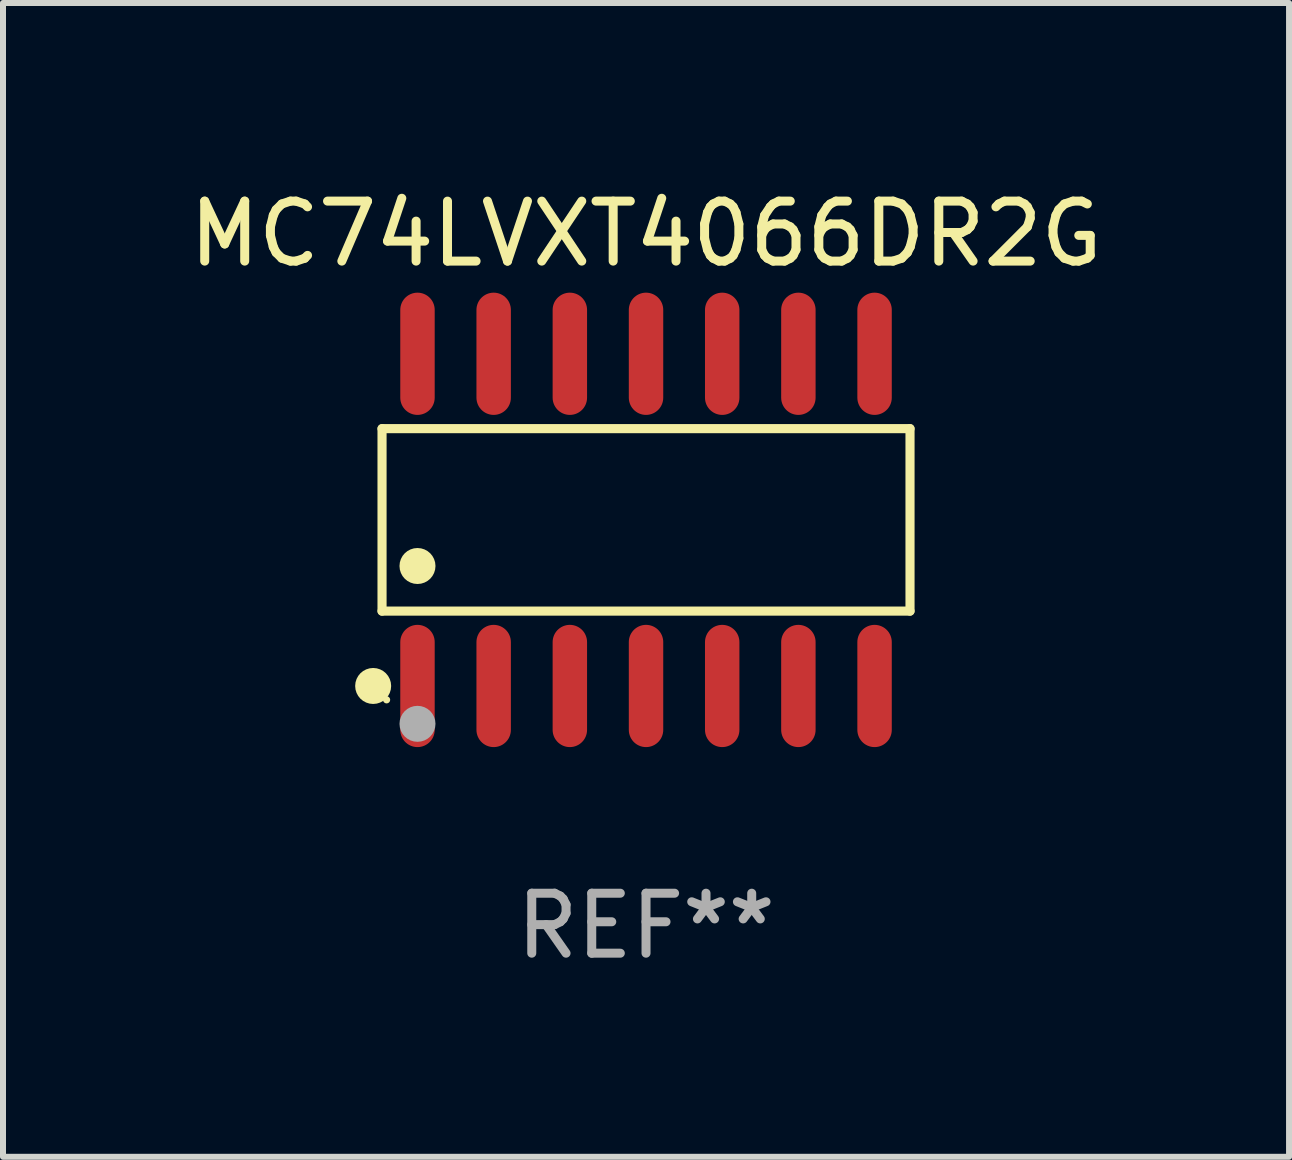
<source format=kicad_pcb>
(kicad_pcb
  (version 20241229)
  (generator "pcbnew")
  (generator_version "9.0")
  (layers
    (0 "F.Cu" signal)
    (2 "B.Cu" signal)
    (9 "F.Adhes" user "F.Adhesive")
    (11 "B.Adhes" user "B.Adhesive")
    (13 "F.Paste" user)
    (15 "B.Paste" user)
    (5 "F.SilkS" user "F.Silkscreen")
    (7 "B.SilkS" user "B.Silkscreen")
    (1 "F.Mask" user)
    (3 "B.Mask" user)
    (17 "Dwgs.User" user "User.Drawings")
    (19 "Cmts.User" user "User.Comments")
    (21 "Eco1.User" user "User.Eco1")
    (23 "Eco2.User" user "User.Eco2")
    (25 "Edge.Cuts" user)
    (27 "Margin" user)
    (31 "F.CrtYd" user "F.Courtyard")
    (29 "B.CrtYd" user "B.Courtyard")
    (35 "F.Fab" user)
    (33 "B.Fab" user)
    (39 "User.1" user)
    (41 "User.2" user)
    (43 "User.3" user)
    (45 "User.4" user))
  (footprint "MC74LVXT4066DR2G"
    (layer "F.Cu")
    (at 7.72 5.617)
    (property "Reference" "MC74LVXT4066DR2G" (at 0 -4.769 0) (layer "F.SilkS") (effects (font (size 1 1) (thickness 0.15))))
    (attr through_hole)
    (fp_line (start -4.401 -1.521) (end 4.401 -1.521) (stroke (width 0.152) (type solid)) (layer "F.SilkS"))
    (fp_line (start -4.401 1.521) (end -4.401 -1.521) (stroke (width 0.152) (type solid)) (layer "F.SilkS"))
    (fp_line (start 4.401 -1.521) (end 4.401 1.521) (stroke (width 0.152) (type solid)) (layer "F.SilkS"))
    (fp_line (start 4.401 1.521) (end -4.401 1.521) (stroke (width 0.152) (type solid)) (layer "F.SilkS"))
    (fp_circle (center -4.549 2.769) (end -4.399 2.769) (stroke (width 0.3) (type solid)) (fill no) (layer "F.SilkS"))
    (fp_circle (center -4.325 3) (end -4.295 3) (stroke (width 0.06) (type solid)) (fill no) (layer "F.SilkS"))
    (fp_circle (center -3.81 0.769) (end -3.66 0.769) (stroke (width 0.3) (type solid)) (fill no) (layer "F.SilkS"))
    (fp_circle (center -3.81 3.4) (end -3.66 3.4) (stroke (width 0.3) (type solid)) (fill no) (layer "F.Fab"))
    (fp_text user "REF**" (at 0 6.769 0) (layer "F.Fab") (effects (font (size 1 1) (thickness 0.15))))
    (pad "1" smd oval (at -3.81 2.769) (size 0.574 2.038) (layers "F.Cu" "F.Mask" "F.Paste"))
    (pad "2" smd oval (at -2.54 2.769) (size 0.574 2.038) (layers "F.Cu" "F.Mask" "F.Paste"))
    (pad "3" smd oval (at -1.27 2.769) (size 0.574 2.038) (layers "F.Cu" "F.Mask" "F.Paste"))
    (pad "4" smd oval (at 0 2.769) (size 0.574 2.038) (layers "F.Cu" "F.Mask" "F.Paste"))
    (pad "5" smd oval (at 1.27 2.769) (size 0.574 2.038) (layers "F.Cu" "F.Mask" "F.Paste"))
    (pad "6" smd oval (at 2.54 2.769) (size 0.574 2.038) (layers "F.Cu" "F.Mask" "F.Paste"))
    (pad "7" smd oval (at 3.81 2.769) (size 0.574 2.038) (layers "F.Cu" "F.Mask" "F.Paste"))
    (pad "8" smd oval (at 3.81 -2.769) (size 0.574 2.038) (layers "F.Cu" "F.Mask" "F.Paste"))
    (pad "9" smd oval (at 2.54 -2.769) (size 0.574 2.038) (layers "F.Cu" "F.Mask" "F.Paste"))
    (pad "10" smd oval (at 1.27 -2.769) (size 0.574 2.038) (layers "F.Cu" "F.Mask" "F.Paste"))
    (pad "11" smd oval (at 0 -2.769) (size 0.574 2.038) (layers "F.Cu" "F.Mask" "F.Paste"))
    (pad "12" smd oval (at -1.27 -2.769) (size 0.574 2.038) (layers "F.Cu" "F.Mask" "F.Paste"))
    (pad "13" smd oval (at -2.54 -2.769) (size 0.574 2.038) (layers "F.Cu" "F.Mask" "F.Paste"))
    (pad "14" smd oval (at -3.81 -2.769) (size 0.574 2.038) (layers "F.Cu" "F.Mask" "F.Paste")))
  (gr_rect
    (start -3 -3)
    (end 18.44 16.235)
    (stroke (width 0.1) (type default))
    (fill no)
    (layer "Edge.Cuts")))
</source>
